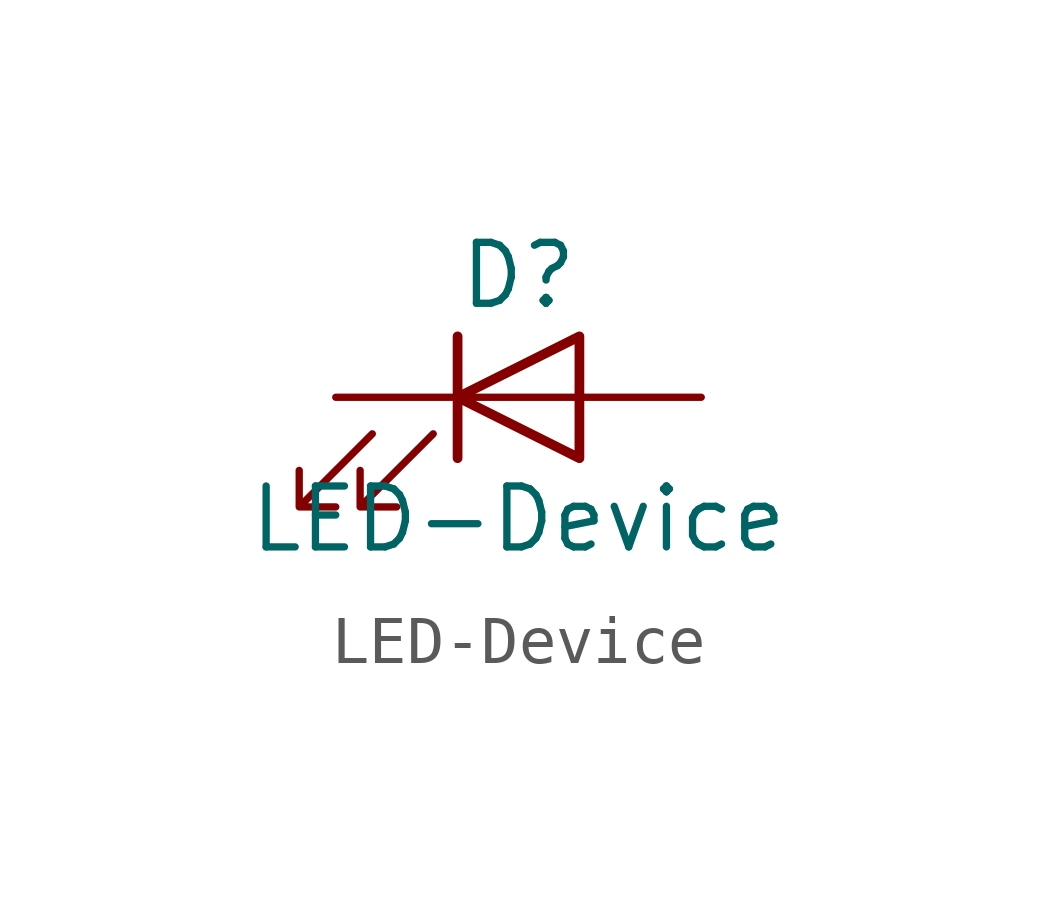
<source format=kicad_sym>
(kicad_symbol_lib
  (version 20211014)
  (generator kicad_symbol_editor)
  (symbol "LED-Device"
    (pin_numbers hide)
    (pin_names
      (offset 1.016) hide)
    (property "Reference" "D"
      (at 0 2.54 0)
      (effects (font (size 1.27 1.27))))
    (property "Value" "LED-Device"
      (at 0 -2.54 0)
      (effects (font (size 1.27 1.27))))
    (symbol "LED-Device_0_1"
      (polyline (pts (xy -1.27 -1.27) (xy -1.27 1.27)) (stroke (width 0.203) (type default) (color 0 0 0 0)) (fill (type none)))
      (polyline (pts (xy -1.27 0) (xy 1.27 0)) (stroke (width 0) (type default) (color 0 0 0 0)) (fill (type none)))
      (polyline (pts (xy 1.27 -1.27) (xy 1.27 1.27) (xy -1.27 0) (xy 1.27 -1.27)) (stroke (width 0.203) (type default) (color 0 0 0 0)) (fill (type none)))
      (polyline (pts (xy -3.048 -0.762) (xy -4.572 -2.286) (xy -3.81 -2.286) (xy -4.572 -2.286) (xy -4.572 -1.524)) (stroke (width 0) (type default) (color 0 0 0 0)) (fill (type none)))
      (polyline (pts (xy -1.778 -0.762) (xy -3.302 -2.286) (xy -2.54 -2.286) (xy -3.302 -2.286) (xy -3.302 -1.524)) (stroke (width 0) (type default) (color 0 0 0 0)) (fill (type none))))
    (symbol "LED-Device_1_1"
      (pin passive line (at -3.81 0 0) (length 2.54) (name "K" (effects (font (size 1.27 1.27)))) (number "1" (effects (font (size 1.27 1.27)))))
      (pin passive line (at 3.81 0 180) (length 2.54) (name "A" (effects (font (size 1.27 1.27)))) (number "2" (effects (font (size 1.27 1.27))))))))
</source>
